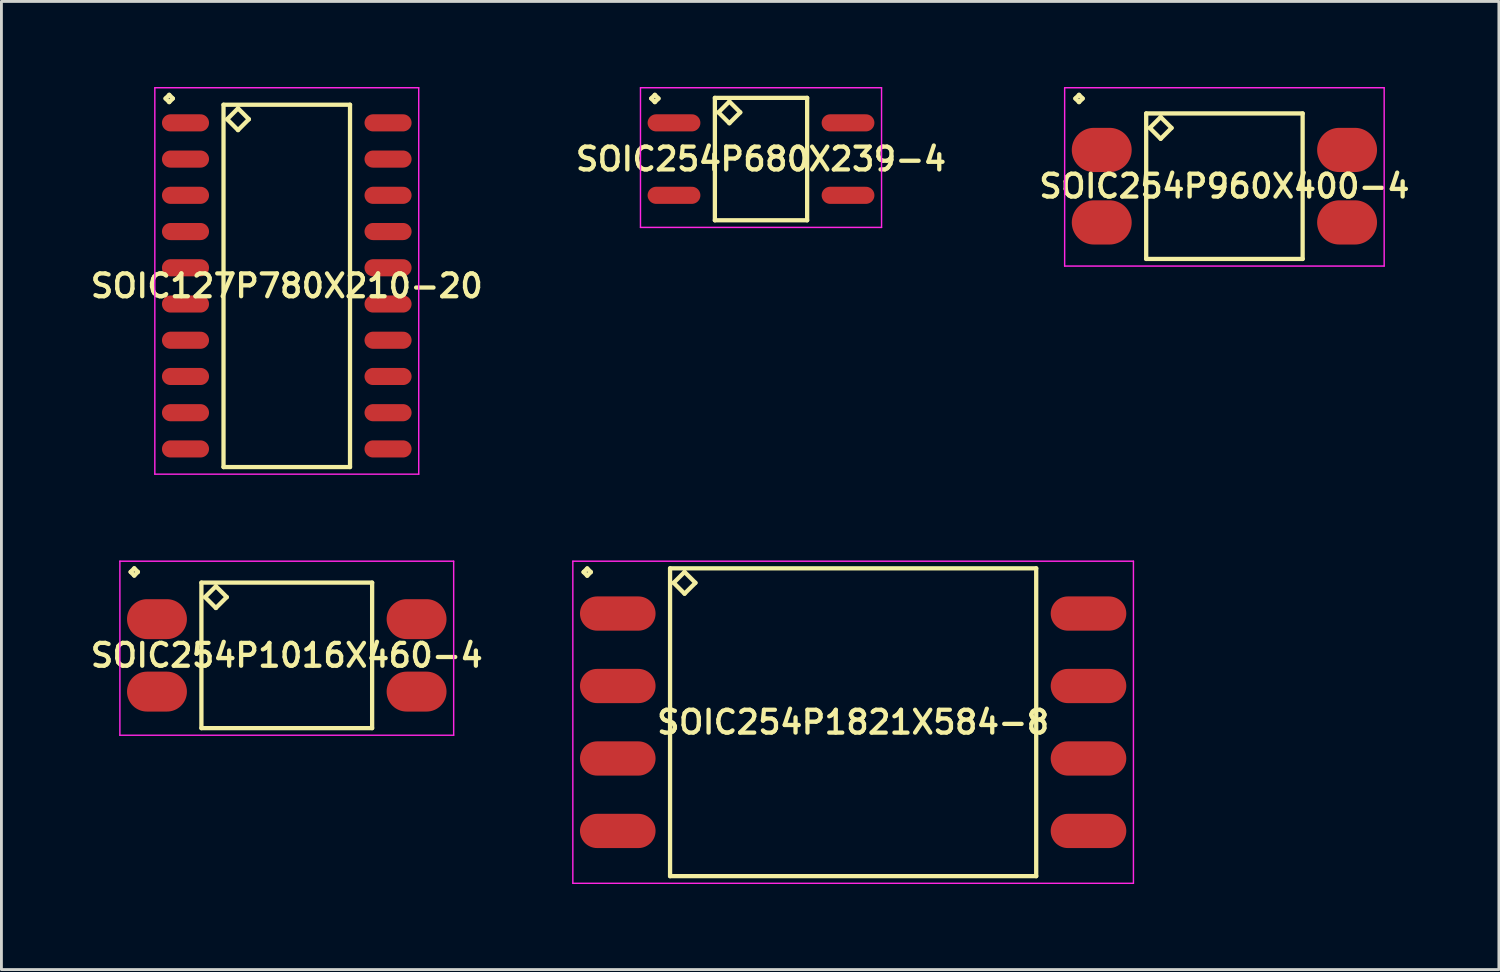
<source format=kicad_pcb>
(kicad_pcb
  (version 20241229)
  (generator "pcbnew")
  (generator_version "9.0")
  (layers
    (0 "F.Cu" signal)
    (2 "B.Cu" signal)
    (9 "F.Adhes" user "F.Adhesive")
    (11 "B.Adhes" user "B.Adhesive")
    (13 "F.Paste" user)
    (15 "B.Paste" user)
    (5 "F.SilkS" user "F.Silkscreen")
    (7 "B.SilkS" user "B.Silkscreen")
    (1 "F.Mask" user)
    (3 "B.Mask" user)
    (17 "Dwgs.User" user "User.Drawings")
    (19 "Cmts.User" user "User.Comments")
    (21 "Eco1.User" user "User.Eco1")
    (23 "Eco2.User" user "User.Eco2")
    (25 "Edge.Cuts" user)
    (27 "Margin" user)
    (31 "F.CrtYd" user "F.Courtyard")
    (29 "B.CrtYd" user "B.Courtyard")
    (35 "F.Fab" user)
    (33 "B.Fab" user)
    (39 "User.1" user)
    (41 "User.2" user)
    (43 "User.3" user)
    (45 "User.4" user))
  (footprint "SOIC254P960X400-4"
    (layer "F.Cu")
    (at 39.868 3.476)
    (property "Reference" "SOIC254P960X400-4" (at 0 0 0) (layer "F.SilkS") (effects (font (size 0.8 0.8) (thickness 0.15))))
    (attr smd)
    (fp_line (start -5.223 -3.074) (end -5.096 -3.201) (stroke (width 0.15) (type solid)) (layer "F.SilkS"))
    (fp_line (start -5.096 -3.201) (end -4.969 -3.074) (stroke (width 0.15) (type solid)) (layer "F.SilkS"))
    (fp_line (start -5.096 -2.947) (end -5.223 -3.074) (stroke (width 0.15) (type solid)) (layer "F.SilkS"))
    (fp_line (start -4.969 -3.074) (end -5.096 -2.947) (stroke (width 0.15) (type solid)) (layer "F.SilkS"))
    (fp_line (start -2.742 -2.55) (end -2.742 2.55) (stroke (width 0.15) (type solid)) (layer "F.SilkS"))
    (fp_line (start -2.742 2.55) (end 2.742 2.55) (stroke (width 0.15) (type solid)) (layer "F.SilkS"))
    (fp_line (start -2.615 -2.042) (end -2.234 -2.423) (stroke (width 0.15) (type solid)) (layer "F.SilkS"))
    (fp_line (start -2.234 -2.423) (end -1.853 -2.042) (stroke (width 0.15) (type solid)) (layer "F.SilkS"))
    (fp_line (start -2.234 -1.661) (end -2.615 -2.042) (stroke (width 0.15) (type solid)) (layer "F.SilkS"))
    (fp_line (start -1.853 -2.042) (end -2.234 -1.661) (stroke (width 0.15) (type solid)) (layer "F.SilkS"))
    (fp_line (start 2.742 -2.55) (end -2.742 -2.55) (stroke (width 0.15) (type solid)) (layer "F.SilkS"))
    (fp_line (start 2.742 2.55) (end 2.742 -2.55) (stroke (width 0.15) (type solid)) (layer "F.SilkS"))
    (fp_line (start -5.6 -3.451) (end 5.6 -3.451) (stroke (width 0.05) (type solid)) (layer "F.CrtYd"))
    (fp_line (start -5.6 2.8) (end -5.6 -3.451) (stroke (width 0.05) (type solid)) (layer "F.CrtYd"))
    (fp_line (start 5.6 -3.451) (end 5.6 2.8) (stroke (width 0.05) (type solid)) (layer "F.CrtYd"))
    (fp_line (start 5.6 2.8) (end -5.6 2.8) (stroke (width 0.05) (type solid)) (layer "F.CrtYd"))
    (pad "1" smd oval (at -4.3 -1.27) (size 2.1 1.55) (layers "F.Cu" "F.Mask" "F.Paste"))
    (pad "2" smd oval (at -4.3 1.27) (size 2.1 1.55) (layers "F.Cu" "F.Mask" "F.Paste"))
    (pad "3" smd oval (at 4.3 1.27) (size 2.1 1.55) (layers "F.Cu" "F.Mask" "F.Paste"))
    (pad "4" smd oval (at 4.3 -1.27) (size 2.1 1.55) (layers "F.Cu" "F.Mask" "F.Paste")))
  (footprint "SOIC254P1016X460-4"
    (layer "F.Cu")
    (at 7.002 19.922)
    (property "Reference" "SOIC254P1016X460-4" (at 0 0 0) (layer "F.SilkS") (effects (font (size 0.8 0.8) (thickness 0.15))))
    (attr smd)
    (fp_line (start -5.473 -2.924) (end -5.346 -3.051) (stroke (width 0.15) (type solid)) (layer "F.SilkS"))
    (fp_line (start -5.346 -3.051) (end -5.219 -2.924) (stroke (width 0.15) (type solid)) (layer "F.SilkS"))
    (fp_line (start -5.346 -2.797) (end -5.473 -2.924) (stroke (width 0.15) (type solid)) (layer "F.SilkS"))
    (fp_line (start -5.219 -2.924) (end -5.346 -2.797) (stroke (width 0.15) (type solid)) (layer "F.SilkS"))
    (fp_line (start -2.992 -2.55) (end -2.992 2.55) (stroke (width 0.15) (type solid)) (layer "F.SilkS"))
    (fp_line (start -2.992 2.55) (end 2.992 2.55) (stroke (width 0.15) (type solid)) (layer "F.SilkS"))
    (fp_line (start -2.865 -2.042) (end -2.484 -2.423) (stroke (width 0.15) (type solid)) (layer "F.SilkS"))
    (fp_line (start -2.484 -2.423) (end -2.103 -2.042) (stroke (width 0.15) (type solid)) (layer "F.SilkS"))
    (fp_line (start -2.484 -1.661) (end -2.865 -2.042) (stroke (width 0.15) (type solid)) (layer "F.SilkS"))
    (fp_line (start -2.103 -2.042) (end -2.484 -1.661) (stroke (width 0.15) (type solid)) (layer "F.SilkS"))
    (fp_line (start 2.992 -2.55) (end -2.992 -2.55) (stroke (width 0.15) (type solid)) (layer "F.SilkS"))
    (fp_line (start 2.992 2.55) (end 2.992 -2.55) (stroke (width 0.15) (type solid)) (layer "F.SilkS"))
    (fp_line (start -5.85 -3.301) (end 5.85 -3.301) (stroke (width 0.05) (type solid)) (layer "F.CrtYd"))
    (fp_line (start -5.85 2.8) (end -5.85 -3.301) (stroke (width 0.05) (type solid)) (layer "F.CrtYd"))
    (fp_line (start 5.85 -3.301) (end 5.85 2.8) (stroke (width 0.05) (type solid)) (layer "F.CrtYd"))
    (fp_line (start 5.85 2.8) (end -5.85 2.8) (stroke (width 0.05) (type solid)) (layer "F.CrtYd"))
    (pad "1" smd oval (at -4.55 -1.27) (size 2.1 1.4) (layers "F.Cu" "F.Mask" "F.Paste"))
    (pad "2" smd oval (at -4.55 1.27) (size 2.1 1.4) (layers "F.Cu" "F.Mask" "F.Paste"))
    (pad "3" smd oval (at 4.55 1.27) (size 2.1 1.4) (layers "F.Cu" "F.Mask" "F.Paste"))
    (pad "4" smd oval (at 4.55 -1.27) (size 2.1 1.4) (layers "F.Cu" "F.Mask" "F.Paste")))
  (footprint "SOIC127P780X210-20"
    (layer "F.Cu")
    (at 7.002 6.971)
    (property "Reference" "SOIC127P780X210-20" (at 0 0 0) (layer "F.SilkS") (effects (font (size 0.8 0.8) (thickness 0.15))))
    (attr smd)
    (fp_line (start -4.248 -6.569) (end -4.121 -6.696) (stroke (width 0.15) (type solid)) (layer "F.SilkS"))
    (fp_line (start -4.121 -6.696) (end -3.994 -6.569) (stroke (width 0.15) (type solid)) (layer "F.SilkS"))
    (fp_line (start -4.121 -6.442) (end -4.248 -6.569) (stroke (width 0.15) (type solid)) (layer "F.SilkS"))
    (fp_line (start -3.994 -6.569) (end -4.121 -6.442) (stroke (width 0.15) (type solid)) (layer "F.SilkS"))
    (fp_line (start -2.217 -6.35) (end -2.217 6.35) (stroke (width 0.15) (type solid)) (layer "F.SilkS"))
    (fp_line (start -2.217 6.35) (end 2.217 6.35) (stroke (width 0.15) (type solid)) (layer "F.SilkS"))
    (fp_line (start -2.09 -5.842) (end -1.709 -6.223) (stroke (width 0.15) (type solid)) (layer "F.SilkS"))
    (fp_line (start -1.709 -6.223) (end -1.328 -5.842) (stroke (width 0.15) (type solid)) (layer "F.SilkS"))
    (fp_line (start -1.709 -5.461) (end -2.09 -5.842) (stroke (width 0.15) (type solid)) (layer "F.SilkS"))
    (fp_line (start -1.328 -5.842) (end -1.709 -5.461) (stroke (width 0.15) (type solid)) (layer "F.SilkS"))
    (fp_line (start 2.217 -6.35) (end -2.217 -6.35) (stroke (width 0.15) (type solid)) (layer "F.SilkS"))
    (fp_line (start 2.217 6.35) (end 2.217 -6.35) (stroke (width 0.15) (type solid)) (layer "F.SilkS"))
    (fp_line (start -4.625 -6.946) (end 4.625 -6.946) (stroke (width 0.05) (type solid)) (layer "F.CrtYd"))
    (fp_line (start -4.625 6.6) (end -4.625 -6.946) (stroke (width 0.05) (type solid)) (layer "F.CrtYd"))
    (fp_line (start 4.625 -6.946) (end 4.625 6.6) (stroke (width 0.05) (type solid)) (layer "F.CrtYd"))
    (fp_line (start 4.625 6.6) (end -4.625 6.6) (stroke (width 0.05) (type solid)) (layer "F.CrtYd"))
    (pad "1" smd oval (at -3.55 -5.715) (size 1.65 0.6) (layers "F.Cu" "F.Mask" "F.Paste"))
    (pad "2" smd oval (at -3.55 -4.445) (size 1.65 0.6) (layers "F.Cu" "F.Mask" "F.Paste"))
    (pad "3" smd oval (at -3.55 -3.175) (size 1.65 0.6) (layers "F.Cu" "F.Mask" "F.Paste"))
    (pad "4" smd oval (at -3.55 -1.905) (size 1.65 0.6) (layers "F.Cu" "F.Mask" "F.Paste"))
    (pad "5" smd oval (at -3.55 -0.635) (size 1.65 0.6) (layers "F.Cu" "F.Mask" "F.Paste"))
    (pad "6" smd oval (at -3.55 0.635) (size 1.65 0.6) (layers "F.Cu" "F.Mask" "F.Paste"))
    (pad "7" smd oval (at -3.55 1.905) (size 1.65 0.6) (layers "F.Cu" "F.Mask" "F.Paste"))
    (pad "8" smd oval (at -3.55 3.175) (size 1.65 0.6) (layers "F.Cu" "F.Mask" "F.Paste"))
    (pad "9" smd oval (at -3.55 4.445) (size 1.65 0.6) (layers "F.Cu" "F.Mask" "F.Paste"))
    (pad "10" smd oval (at -3.55 5.715) (size 1.65 0.6) (layers "F.Cu" "F.Mask" "F.Paste"))
    (pad "11" smd oval (at 3.55 5.715) (size 1.65 0.6) (layers "F.Cu" "F.Mask" "F.Paste"))
    (pad "12" smd oval (at 3.55 4.445) (size 1.65 0.6) (layers "F.Cu" "F.Mask" "F.Paste"))
    (pad "13" smd oval (at 3.55 3.175) (size 1.65 0.6) (layers "F.Cu" "F.Mask" "F.Paste"))
    (pad "14" smd oval (at 3.55 1.905) (size 1.65 0.6) (layers "F.Cu" "F.Mask" "F.Paste"))
    (pad "15" smd oval (at 3.55 0.635) (size 1.65 0.6) (layers "F.Cu" "F.Mask" "F.Paste"))
    (pad "16" smd oval (at 3.55 -0.635) (size 1.65 0.6) (layers "F.Cu" "F.Mask" "F.Paste"))
    (pad "17" smd oval (at 3.55 -1.905) (size 1.65 0.6) (layers "F.Cu" "F.Mask" "F.Paste"))
    (pad "18" smd oval (at 3.55 -3.175) (size 1.65 0.6) (layers "F.Cu" "F.Mask" "F.Paste"))
    (pad "19" smd oval (at 3.55 -4.445) (size 1.65 0.6) (layers "F.Cu" "F.Mask" "F.Paste"))
    (pad "20" smd oval (at 3.55 -5.715) (size 1.65 0.6) (layers "F.Cu" "F.Mask" "F.Paste")))
  (footprint "SOIC254P680X239-4"
    (layer "F.Cu")
    (at 23.625 2.526)
    (property "Reference" "SOIC254P680X239-4" (at 0 0 0) (layer "F.SilkS") (effects (font (size 0.8 0.8) (thickness 0.15))))
    (attr smd)
    (fp_line (start -3.848 -2.124) (end -3.721 -2.251) (stroke (width 0.15) (type solid)) (layer "F.SilkS"))
    (fp_line (start -3.721 -2.251) (end -3.594 -2.124) (stroke (width 0.15) (type solid)) (layer "F.SilkS"))
    (fp_line (start -3.721 -1.997) (end -3.848 -2.124) (stroke (width 0.15) (type solid)) (layer "F.SilkS"))
    (fp_line (start -3.594 -2.124) (end -3.721 -1.997) (stroke (width 0.15) (type solid)) (layer "F.SilkS"))
    (fp_line (start -1.617 -2.145) (end -1.617 2.145) (stroke (width 0.15) (type solid)) (layer "F.SilkS"))
    (fp_line (start -1.617 2.145) (end 1.617 2.145) (stroke (width 0.15) (type solid)) (layer "F.SilkS"))
    (fp_line (start -1.49 -1.637) (end -1.109 -2.018) (stroke (width 0.15) (type solid)) (layer "F.SilkS"))
    (fp_line (start -1.109 -2.018) (end -0.728 -1.637) (stroke (width 0.15) (type solid)) (layer "F.SilkS"))
    (fp_line (start -1.109 -1.256) (end -1.49 -1.637) (stroke (width 0.15) (type solid)) (layer "F.SilkS"))
    (fp_line (start -0.728 -1.637) (end -1.109 -1.256) (stroke (width 0.15) (type solid)) (layer "F.SilkS"))
    (fp_line (start 1.617 -2.145) (end -1.617 -2.145) (stroke (width 0.15) (type solid)) (layer "F.SilkS"))
    (fp_line (start 1.617 2.145) (end 1.617 -2.145) (stroke (width 0.15) (type solid)) (layer "F.SilkS"))
    (fp_line (start -4.225 -2.501) (end 4.225 -2.501) (stroke (width 0.05) (type solid)) (layer "F.CrtYd"))
    (fp_line (start -4.225 2.395) (end -4.225 -2.501) (stroke (width 0.05) (type solid)) (layer "F.CrtYd"))
    (fp_line (start 4.225 -2.501) (end 4.225 2.395) (stroke (width 0.05) (type solid)) (layer "F.CrtYd"))
    (fp_line (start 4.225 2.395) (end -4.225 2.395) (stroke (width 0.05) (type solid)) (layer "F.CrtYd"))
    (pad "1" smd oval (at -3.05 -1.27) (size 1.85 0.6) (layers "F.Cu" "F.Mask" "F.Paste"))
    (pad "2" smd oval (at -3.05 1.27) (size 1.85 0.6) (layers "F.Cu" "F.Mask" "F.Paste"))
    (pad "3" smd oval (at 3.05 1.27) (size 1.85 0.6) (layers "F.Cu" "F.Mask" "F.Paste"))
    (pad "4" smd oval (at 3.05 -1.27) (size 1.85 0.6) (layers "F.Cu" "F.Mask" "F.Paste")))
  (footprint "SOIC254P1821X584-8"
    (layer "F.Cu")
    (at 26.854 22.266)
    (property "Reference" "SOIC254P1821X584-8" (at 0 0 0) (layer "F.SilkS") (effects (font (size 0.8 0.8) (thickness 0.15))))
    (attr smd)
    (fp_line (start -9.448 -5.264) (end -9.321 -5.391) (stroke (width 0.15) (type solid)) (layer "F.SilkS"))
    (fp_line (start -9.321 -5.391) (end -9.194 -5.264) (stroke (width 0.15) (type solid)) (layer "F.SilkS"))
    (fp_line (start -9.321 -5.137) (end -9.448 -5.264) (stroke (width 0.15) (type solid)) (layer "F.SilkS"))
    (fp_line (start -9.194 -5.264) (end -9.321 -5.137) (stroke (width 0.15) (type solid)) (layer "F.SilkS"))
    (fp_line (start -6.417 -5.395) (end -6.417 5.395) (stroke (width 0.15) (type solid)) (layer "F.SilkS"))
    (fp_line (start -6.417 5.395) (end 6.417 5.395) (stroke (width 0.15) (type solid)) (layer "F.SilkS"))
    (fp_line (start -6.29 -4.887) (end -5.909 -5.268) (stroke (width 0.15) (type solid)) (layer "F.SilkS"))
    (fp_line (start -5.909 -5.268) (end -5.528 -4.887) (stroke (width 0.15) (type solid)) (layer "F.SilkS"))
    (fp_line (start -5.909 -4.506) (end -6.29 -4.887) (stroke (width 0.15) (type solid)) (layer "F.SilkS"))
    (fp_line (start -5.528 -4.887) (end -5.909 -4.506) (stroke (width 0.15) (type solid)) (layer "F.SilkS"))
    (fp_line (start 6.417 -5.395) (end -6.417 -5.395) (stroke (width 0.15) (type solid)) (layer "F.SilkS"))
    (fp_line (start 6.417 5.395) (end 6.417 -5.395) (stroke (width 0.15) (type solid)) (layer "F.SilkS"))
    (fp_line (start -9.825 -5.645) (end 9.825 -5.645) (stroke (width 0.05) (type solid)) (layer "F.CrtYd"))
    (fp_line (start -9.825 5.645) (end -9.825 -5.645) (stroke (width 0.05) (type solid)) (layer "F.CrtYd"))
    (fp_line (start 9.825 -5.645) (end 9.825 5.645) (stroke (width 0.05) (type solid)) (layer "F.CrtYd"))
    (fp_line (start 9.825 5.645) (end -9.825 5.645) (stroke (width 0.05) (type solid)) (layer "F.CrtYd"))
    (pad "1" smd oval (at -8.25 -3.81) (size 2.65 1.2) (layers "F.Cu" "F.Mask" "F.Paste"))
    (pad "2" smd oval (at -8.25 -1.27) (size 2.65 1.2) (layers "F.Cu" "F.Mask" "F.Paste"))
    (pad "3" smd oval (at -8.25 1.27) (size 2.65 1.2) (layers "F.Cu" "F.Mask" "F.Paste"))
    (pad "4" smd oval (at -8.25 3.81) (size 2.65 1.2) (layers "F.Cu" "F.Mask" "F.Paste"))
    (pad "5" smd oval (at 8.25 3.81) (size 2.65 1.2) (layers "F.Cu" "F.Mask" "F.Paste"))
    (pad "6" smd oval (at 8.25 1.27) (size 2.65 1.2) (layers "F.Cu" "F.Mask" "F.Paste"))
    (pad "7" smd oval (at 8.25 -1.27) (size 2.65 1.2) (layers "F.Cu" "F.Mask" "F.Paste"))
    (pad "8" smd oval (at 8.25 -3.81) (size 2.65 1.2) (layers "F.Cu" "F.Mask" "F.Paste")))
  (gr_rect
    (start -3 -3)
    (end 49.489 30.936)
    (stroke (width 0.1) (type default))
    (fill no)
    (layer "Edge.Cuts")))
</source>
